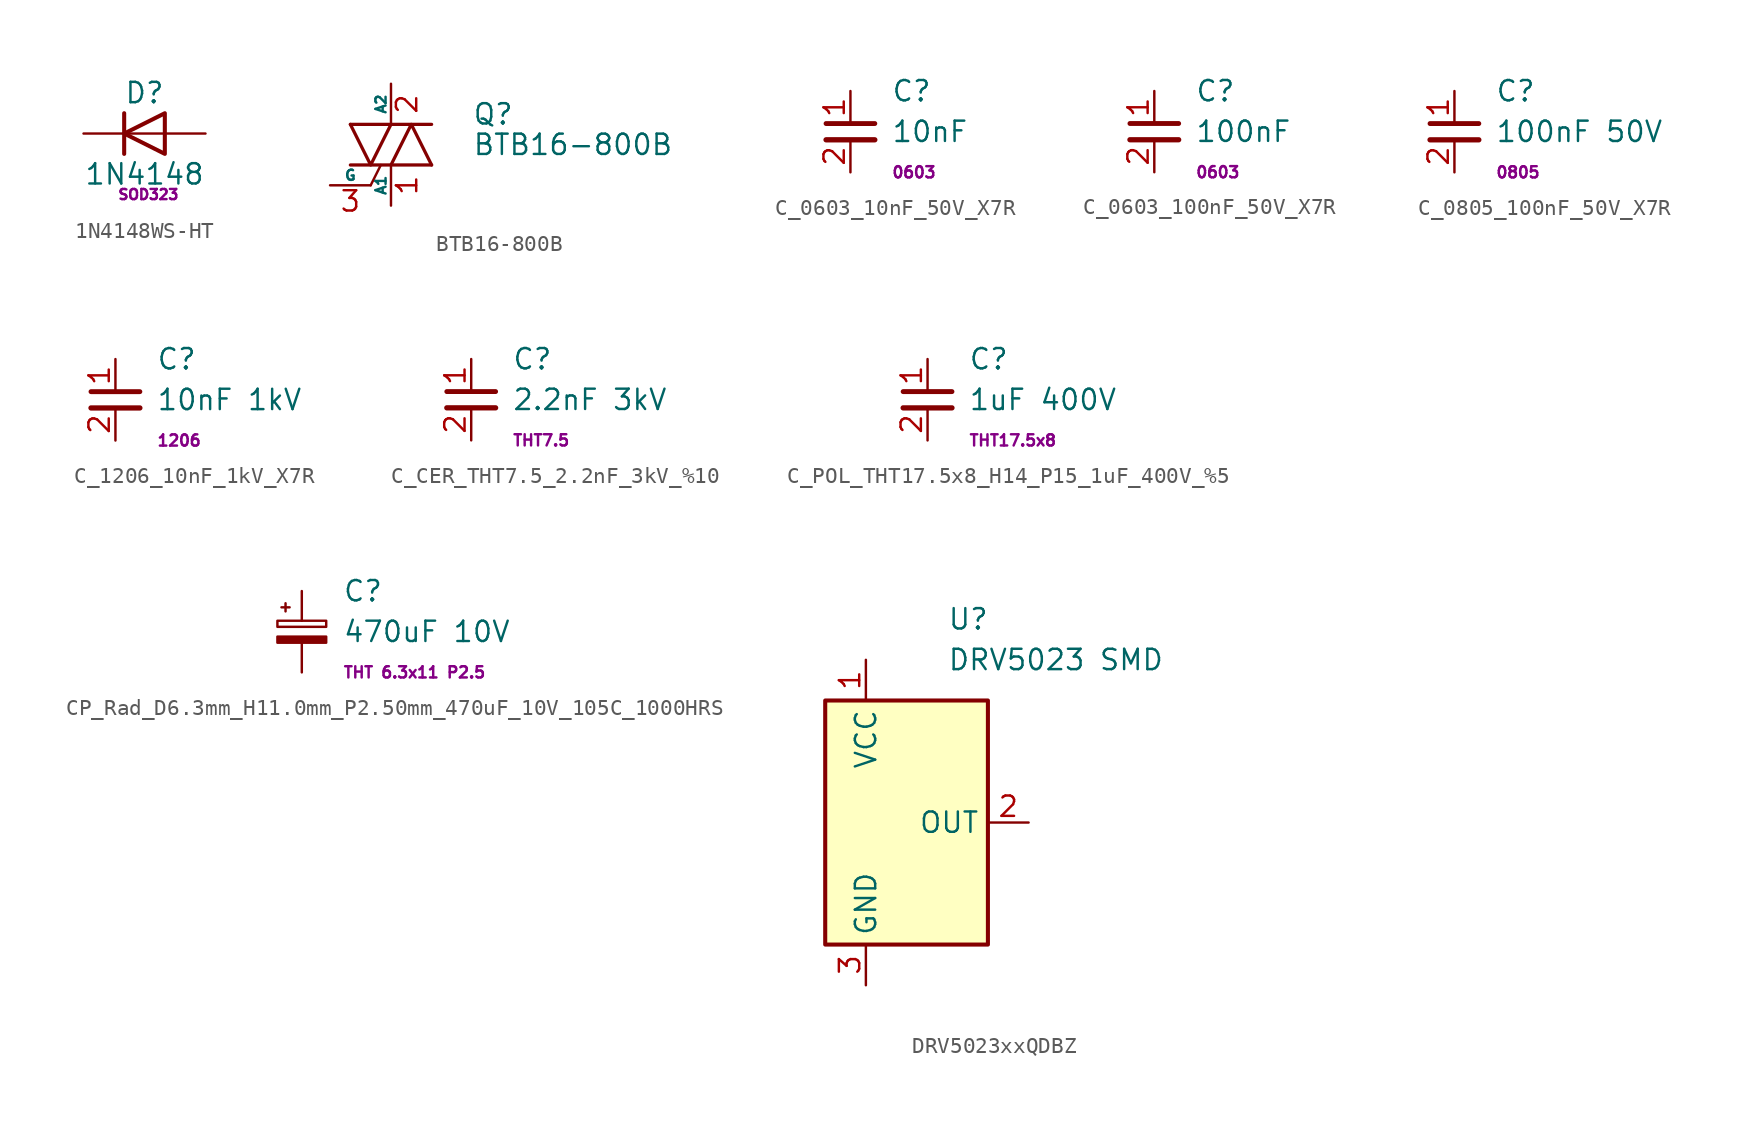
<source format=kicad_sym>
(kicad_symbol_lib
  (version 20241209)
  (generator "kicad_symbol_editor")
  (generator_version "9.0")
  (symbol "1N4148WS-HT"
    (pin_numbers
      (hide yes))
    (pin_names
      (hide yes))
    (property "Reference" "D"
      (at 0 2.54 0)
      (effects (font (size 1.27 1.27))))
    (property "Value" "1N4148"
      (at 0 -2.54 0)
      (effects (font (size 1.27 1.27))))
    (property "Pad" " SOD323"
      (at 0 -3.81 0)
      (effects (font (size 0.635 0.635))))
    (symbol "1N4148WS-HT_0_1"
      (polyline (pts (xy -1.27 1.27) (xy -1.27 -1.27)) (stroke (width 0.254) (type default)) (fill (type none)))
      (polyline (pts (xy 1.27 1.27) (xy 1.27 -1.27) (xy -1.27 0) (xy 1.27 1.27)) (stroke (width 0.254) (type default)) (fill (type none)))
      (polyline (pts (xy 1.27 0) (xy -1.27 0)) (stroke (width 0) (type default)) (fill (type none))))
    (symbol "1N4148WS-HT_1_1"
      (pin passive line (at -3.81 0 0) (length 2.54) (name "K" (effects (font (size 1.27 1.27)))) (number "1" (effects (font (size 1.27 1.27)))))
      (pin passive line (at 3.81 0 180) (length 2.54) (name "A" (effects (font (size 1.27 1.27)))) (number "2" (effects (font (size 1.27 1.27)))))))
  (symbol "BTB16-800B"
    (pin_names
      (offset 0))
    (property "Reference" "Q"
      (at 5.08 1.905 0)
      (effects (font (size 1.27 1.27)) (justify left)))
    (property "Value" "BTB16-800B"
      (at 5.08 0 0)
      (effects (font (size 1.27 1.27)) (justify left)))
    (symbol "BTB16-800B_0_1"
      (polyline (pts (xy -2.54 1.27) (xy 2.54 1.27)) (stroke (width 0.203) (type default)) (fill (type none)))
      (polyline (pts (xy -2.54 1.27) (xy -1.27 -1.27) (xy 0 1.27)) (stroke (width 0.203) (type default)) (fill (type none)))
      (polyline (pts (xy -2.54 -1.27) (xy 2.54 -1.27)) (stroke (width 0.203) (type default)) (fill (type none)))
      (polyline (pts (xy -1.27 -2.54) (xy -0.635 -1.27)) (stroke (width 0) (type default)) (fill (type none)))
      (polyline (pts (xy 0 -1.27) (xy 1.27 1.27) (xy 2.54 -1.27)) (stroke (width 0.203) (type default)) (fill (type none))))
    (symbol "BTB16-800B_1_1"
      (pin input line (at -3.81 -2.54 0) (length 2.54) (name "G" (effects (font (size 0.635 0.635)))) (number "3" (effects (font (size 1.27 1.27)))))
      (pin passive line (at 0 3.81 270) (length 2.54) (name "A2" (effects (font (size 0.635 0.635)))) (number "2" (effects (font (size 1.27 1.27)))))
      (pin passive line (at 0 -3.81 90) (length 2.54) (name "A1" (effects (font (size 0.635 0.635)))) (number "1" (effects (font (size 1.27 1.27)))))))
  (symbol "C_0603_10nF_50V_X7R"
    (pin_names
      (offset 0.254)
      (hide yes))
    (property "Reference" "C"
      (at 2.54 2.54 0)
      (effects (font (size 1.27 1.27)) (justify left)))
    (property "Value" "10nF"
      (at 2.54 0 0)
      (effects (font (size 1.27 1.27)) (justify left)))
    (property "Pad" "0603"
      (at 2.54 -2.54 0)
      (effects (font (size 0.7 0.7)) (justify left)))
    (symbol "C_0603_10nF_50V_X7R_0_1"
      (polyline (pts (xy -1.524 0.508) (xy 1.524 0.508)) (stroke (width 0.305) (type default)) (fill (type none)))
      (polyline (pts (xy -1.524 -0.508) (xy 1.524 -0.508)) (stroke (width 0.33) (type default)) (fill (type none))))
    (symbol "C_0603_10nF_50V_X7R_1_1"
      (pin passive line (at 0 2.54 270) (length 2.032) (name "~" (effects (font (size 1.27 1.27)))) (number "1" (effects (font (size 1.27 1.27)))))
      (pin passive line (at 0 -2.54 90) (length 2.032) (name "~" (effects (font (size 1.27 1.27)))) (number "2" (effects (font (size 1.27 1.27)))))))
  (symbol "C_0603_100nF_50V_X7R"
    (pin_names
      (offset 0.254)
      (hide yes))
    (property "Reference" "C"
      (at 2.54 2.54 0)
      (effects (font (size 1.27 1.27)) (justify left)))
    (property "Value" "100nF"
      (at 2.54 0 0)
      (effects (font (size 1.27 1.27)) (justify left)))
    (property "Pad" "0603"
      (at 2.54 -2.54 0)
      (effects (font (size 0.7 0.7)) (justify left)))
    (symbol "C_0603_100nF_50V_X7R_0_1"
      (polyline (pts (xy -1.524 0.508) (xy 1.524 0.508)) (stroke (width 0.305) (type default)) (fill (type none)))
      (polyline (pts (xy -1.524 -0.508) (xy 1.524 -0.508)) (stroke (width 0.33) (type default)) (fill (type none))))
    (symbol "C_0603_100nF_50V_X7R_1_1"
      (pin passive line (at 0 2.54 270) (length 2.032) (name "~" (effects (font (size 1.27 1.27)))) (number "1" (effects (font (size 1.27 1.27)))))
      (pin passive line (at 0 -2.54 90) (length 2.032) (name "~" (effects (font (size 1.27 1.27)))) (number "2" (effects (font (size 1.27 1.27)))))))
  (symbol "C_0805_100nF_50V_X7R"
    (pin_names
      (offset 0.254)
      (hide yes))
    (property "Reference" "C"
      (at 2.54 2.54 0)
      (effects (font (size 1.27 1.27)) (justify left)))
    (property "Value" "100nF 50V"
      (at 2.54 0 0)
      (effects (font (size 1.27 1.27)) (justify left)))
    (property "Pad" "0805"
      (at 2.54 -2.54 0)
      (effects (font (size 0.7 0.7)) (justify left)))
    (symbol "C_0805_100nF_50V_X7R_0_1"
      (polyline (pts (xy -1.524 0.508) (xy 1.524 0.508)) (stroke (width 0.305) (type default)) (fill (type none)))
      (polyline (pts (xy -1.524 -0.508) (xy 1.524 -0.508)) (stroke (width 0.33) (type default)) (fill (type none))))
    (symbol "C_0805_100nF_50V_X7R_1_1"
      (pin passive line (at 0 2.54 270) (length 2.032) (name "~" (effects (font (size 1.27 1.27)))) (number "1" (effects (font (size 1.27 1.27)))))
      (pin passive line (at 0 -2.54 90) (length 2.032) (name "~" (effects (font (size 1.27 1.27)))) (number "2" (effects (font (size 1.27 1.27)))))))
  (symbol "C_1206_10nF_1kV_X7R"
    (pin_names
      (offset 0.254)
      (hide yes))
    (property "Reference" "C"
      (at 2.54 2.54 0)
      (effects (font (size 1.27 1.27)) (justify left)))
    (property "Value" "10nF 1kV"
      (at 2.54 0 0)
      (effects (font (size 1.27 1.27)) (justify left)))
    (property "Pad" "1206"
      (at 2.54 -2.54 0)
      (effects (font (size 0.7 0.7)) (justify left)))
    (symbol "C_1206_10nF_1kV_X7R_0_1"
      (polyline (pts (xy -1.524 0.508) (xy 1.524 0.508)) (stroke (width 0.305) (type default)) (fill (type none)))
      (polyline (pts (xy -1.524 -0.508) (xy 1.524 -0.508)) (stroke (width 0.33) (type default)) (fill (type none))))
    (symbol "C_1206_10nF_1kV_X7R_1_1"
      (pin passive line (at 0 2.54 270) (length 2.032) (name "~" (effects (font (size 1.27 1.27)))) (number "1" (effects (font (size 1.27 1.27)))))
      (pin passive line (at 0 -2.54 90) (length 2.032) (name "~" (effects (font (size 1.27 1.27)))) (number "2" (effects (font (size 1.27 1.27)))))))
  (symbol "C_CER_THT7.5_2.2nF_3kV_%10"
    (pin_names
      (offset 0.254)
      (hide yes))
    (property "Reference" "C"
      (at 2.54 2.54 0)
      (effects (font (size 1.27 1.27)) (justify left)))
    (property "Value" "2.2nF 3kV"
      (at 2.54 0 0)
      (effects (font (size 1.27 1.27)) (justify left)))
    (property "Pad" "THT7.5"
      (at 2.54 -2.54 0)
      (effects (font (size 0.7 0.7)) (justify left)))
    (symbol "C_CER_THT7.5_2.2nF_3kV_%10_0_1"
      (polyline (pts (xy -1.524 0.508) (xy 1.524 0.508)) (stroke (width 0.305) (type default)) (fill (type none)))
      (polyline (pts (xy -1.524 -0.508) (xy 1.524 -0.508)) (stroke (width 0.33) (type default)) (fill (type none))))
    (symbol "C_CER_THT7.5_2.2nF_3kV_%10_1_1"
      (pin passive line (at 0 2.54 270) (length 2.032) (name "~" (effects (font (size 1.27 1.27)))) (number "1" (effects (font (size 1.27 1.27)))))
      (pin passive line (at 0 -2.54 90) (length 2.032) (name "~" (effects (font (size 1.27 1.27)))) (number "2" (effects (font (size 1.27 1.27)))))))
  (symbol "C_POL_THT17.5x8_H14_P15_1uF_400V_%5"
    (pin_names
      (offset 0.254)
      (hide yes))
    (property "Reference" "C"
      (at 2.54 2.54 0)
      (effects (font (size 1.27 1.27)) (justify left)))
    (property "Value" "1uF 400V"
      (at 2.54 0 0)
      (effects (font (size 1.27 1.27)) (justify left)))
    (property "Pad" "THT17.5x8"
      (at 2.54 -2.54 0)
      (effects (font (size 0.7 0.7)) (justify left)))
    (symbol "C_POL_THT17.5x8_H14_P15_1uF_400V_%5_0_1"
      (polyline (pts (xy -1.524 0.508) (xy 1.524 0.508)) (stroke (width 0.305) (type default)) (fill (type none)))
      (polyline (pts (xy -1.524 -0.508) (xy 1.524 -0.508)) (stroke (width 0.33) (type default)) (fill (type none))))
    (symbol "C_POL_THT17.5x8_H14_P15_1uF_400V_%5_1_1"
      (pin passive line (at 0 2.54 270) (length 2.032) (name "~" (effects (font (size 1.27 1.27)))) (number "1" (effects (font (size 1.27 1.27)))))
      (pin passive line (at 0 -2.54 90) (length 2.032) (name "~" (effects (font (size 1.27 1.27)))) (number "2" (effects (font (size 1.27 1.27)))))))
  (symbol "CP_Rad_D6.3mm_H11.0mm_P2.50mm_470uF_10V_105C_1000HRS"
    (pin_numbers
      (hide yes))
    (pin_names
      (offset 0.254)
      (hide yes))
    (property "Reference" "C"
      (at 2.54 2.54 0)
      (effects (font (size 1.27 1.27)) (justify left)))
    (property "Value" "470uF 10V"
      (at 2.54 0 0)
      (effects (font (size 1.27 1.27)) (justify left)))
    (property "Pad" "THT 6.3x11 P2.5"
      (at 2.54 -2.54 0)
      (effects (font (size 0.7 0.7)) (justify left)))
    (symbol "CP_Rad_D6.3mm_H11.0mm_P2.50mm_470uF_10V_105C_1000HRS_0_1"
      (rectangle (start -1.524 0.686) (end 1.524 0.305) (stroke (width 0) (type default)) (fill (type none)))
      (rectangle (start -1.524 -0.305) (end 1.524 -0.686) (stroke (width 0) (type default)) (fill (type outline)))
      (polyline (pts (xy -1.27 1.524) (xy -0.762 1.524)) (stroke (width 0) (type default)) (fill (type none)))
      (polyline (pts (xy -1.016 1.27) (xy -1.016 1.778)) (stroke (width 0) (type default)) (fill (type none))))
    (symbol "CP_Rad_D6.3mm_H11.0mm_P2.50mm_470uF_10V_105C_1000HRS_1_1"
      (pin passive line (at 0 2.54 270) (length 1.854) (name "~" (effects (font (size 1.27 1.27)))) (number "1" (effects (font (size 1.27 1.27)))))
      (pin passive line (at 0 -2.54 90) (length 1.854) (name "~" (effects (font (size 1.27 1.27)))) (number "2" (effects (font (size 1.27 1.27)))))))
  (symbol "DRV5023xxQDBZ"
    (property "Reference" "U"
      (at 2.54 12.7 0)
      (effects (font (size 1.27 1.27)) (justify left)))
    (property "Value" "DRV5023 SMD"
      (at 2.54 10.16 0)
      (effects (font (size 1.27 1.27)) (justify left)))
    (symbol "DRV5023xxQDBZ_1_1"
      (rectangle (start -5.08 7.62) (end 5.08 -7.62) (stroke (width 0.254) (type default)) (fill (type background)))
      (pin power_in line (at -2.54 10.16 270) (length 2.54) (name "VCC" (effects (font (size 1.27 1.27)))) (number "1" (effects (font (size 1.27 1.27)))))
      (pin power_in line (at -2.54 -10.16 90) (length 2.54) (name "GND" (effects (font (size 1.27 1.27)))) (number "3" (effects (font (size 1.27 1.27)))))
      (pin output line (at 7.62 0 180) (length 2.54) (name "OUT" (effects (font (size 1.27 1.27)))) (number "2" (effects (font (size 1.27 1.27))))))))
</source>
